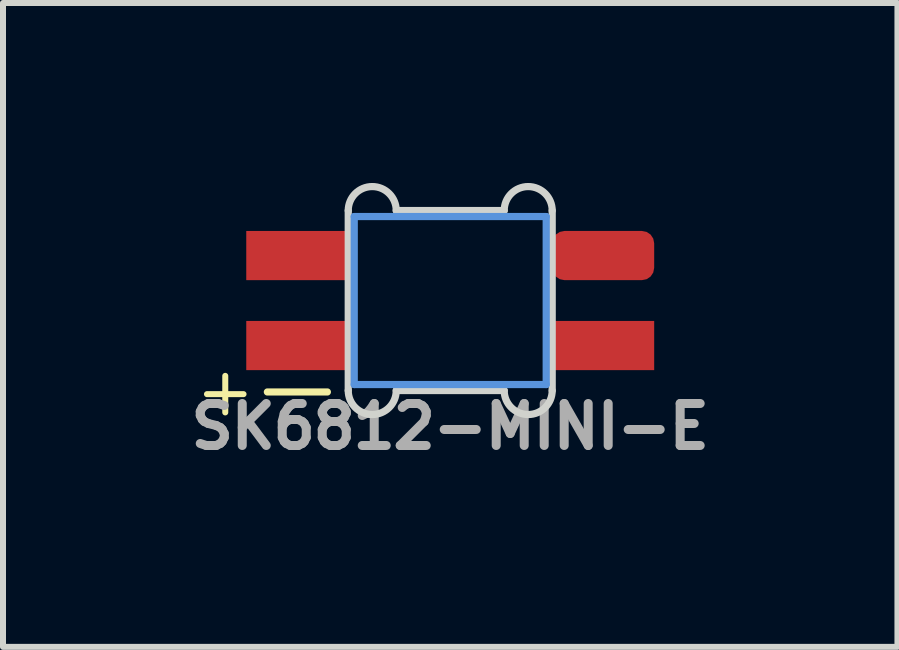
<source format=kicad_pcb>
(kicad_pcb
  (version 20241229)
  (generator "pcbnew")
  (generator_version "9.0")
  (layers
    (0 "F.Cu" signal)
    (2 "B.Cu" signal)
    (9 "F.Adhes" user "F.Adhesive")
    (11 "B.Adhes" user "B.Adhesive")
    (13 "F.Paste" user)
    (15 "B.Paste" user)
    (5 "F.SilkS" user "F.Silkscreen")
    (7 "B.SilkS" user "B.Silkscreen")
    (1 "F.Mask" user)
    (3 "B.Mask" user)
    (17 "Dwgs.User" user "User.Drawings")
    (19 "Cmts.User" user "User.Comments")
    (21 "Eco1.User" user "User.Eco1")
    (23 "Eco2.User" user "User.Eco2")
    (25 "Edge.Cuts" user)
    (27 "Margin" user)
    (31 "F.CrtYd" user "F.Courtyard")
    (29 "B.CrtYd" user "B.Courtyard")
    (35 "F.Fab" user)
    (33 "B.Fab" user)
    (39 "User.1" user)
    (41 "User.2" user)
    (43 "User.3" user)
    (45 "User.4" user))
  (footprint "SK6812-MINI-E"
    (layer "F.Cu")
    (at 4.455 1.96)
    (property "Reference" "SK6812-MINI-E" (at 0 2.1 0) (unlocked yes) (layer "F.Fab") (effects (font (size 0.7 0.7) (thickness 0.15))))
    (attr smd)
    (fp_line (start -2.048 1.524) (end -3.048 1.524) (stroke (width 0.12) (type solid)) (layer "F.SilkS"))
    (fp_line (start -1.6 -1.4) (end 1.6 -1.4) (stroke (width 0.12) (type solid)) (layer "Cmts.User"))
    (fp_line (start -1.6 1.4) (end -1.6 -1.4) (stroke (width 0.12) (type solid)) (layer "Cmts.User"))
    (fp_line (start 1.6 -1.4) (end 1.6 1.4) (stroke (width 0.12) (type solid)) (layer "Cmts.User"))
    (fp_line (start 1.6 1.4) (end -1.6 1.4) (stroke (width 0.12) (type solid)) (layer "Cmts.User"))
    (fp_line (start -1.7 1.5) (end -1.7 -1.5) (stroke (width 0.12) (type solid)) (layer "Edge.Cuts"))
    (fp_line (start -0.9 -1.5) (end 0.9 -1.5) (stroke (width 0.12) (type solid)) (layer "Edge.Cuts"))
    (fp_line (start 0.9 1.5) (end -0.9 1.5) (stroke (width 0.12) (type solid)) (layer "Edge.Cuts"))
    (fp_line (start 1.7 -1.5) (end 1.7 1.5) (stroke (width 0.12) (type solid)) (layer "Edge.Cuts"))
    (fp_arc (start -1.7 -1.5) (mid -1.3 -1.9) (end -0.9 -1.5) (stroke (width 0.12) (type solid)) (layer "Edge.Cuts"))
    (fp_arc (start -0.9 1.5) (mid -1.3 1.9) (end -1.7 1.5) (stroke (width 0.12) (type solid)) (layer "Edge.Cuts"))
    (fp_arc (start 0.9 -1.5) (mid 1.3 -1.9) (end 1.7 -1.5) (stroke (width 0.12) (type solid)) (layer "Edge.Cuts"))
    (fp_arc (start 1.7 1.5) (mid 1.3 1.9) (end 0.9 1.5) (stroke (width 0.12) (type solid)) (layer "Edge.Cuts"))
    (fp_text user "+" (at -3.75 1.5 0) (unlocked yes) (layer "F.SilkS") (effects (font (size 0.8 0.8) (thickness 0.1))))
    (pad "1" smd rect (at -2.55 0.75) (size 1.7 0.82) (layers "F.Cu" "F.Mask" "F.Paste"))
    (pad "2" smd rect (at -2.55 -0.75) (size 1.7 0.82) (layers "F.Cu" "F.Mask" "F.Paste"))
    (pad "3" smd roundrect (at 2.55 -0.75) (size 1.7 0.82) (layers "F.Cu" "F.Mask" "F.Paste") (roundrect_rratio 0.25))
    (pad "4" smd rect (at 2.55 0.75) (size 1.7 0.82) (layers "F.Cu" "F.Mask" "F.Paste")))
  (gr_rect
    (start -3 -3)
    (end 11.91 7.733)
    (stroke (width 0.1) (type default))
    (fill no)
    (layer "Edge.Cuts")))
</source>
